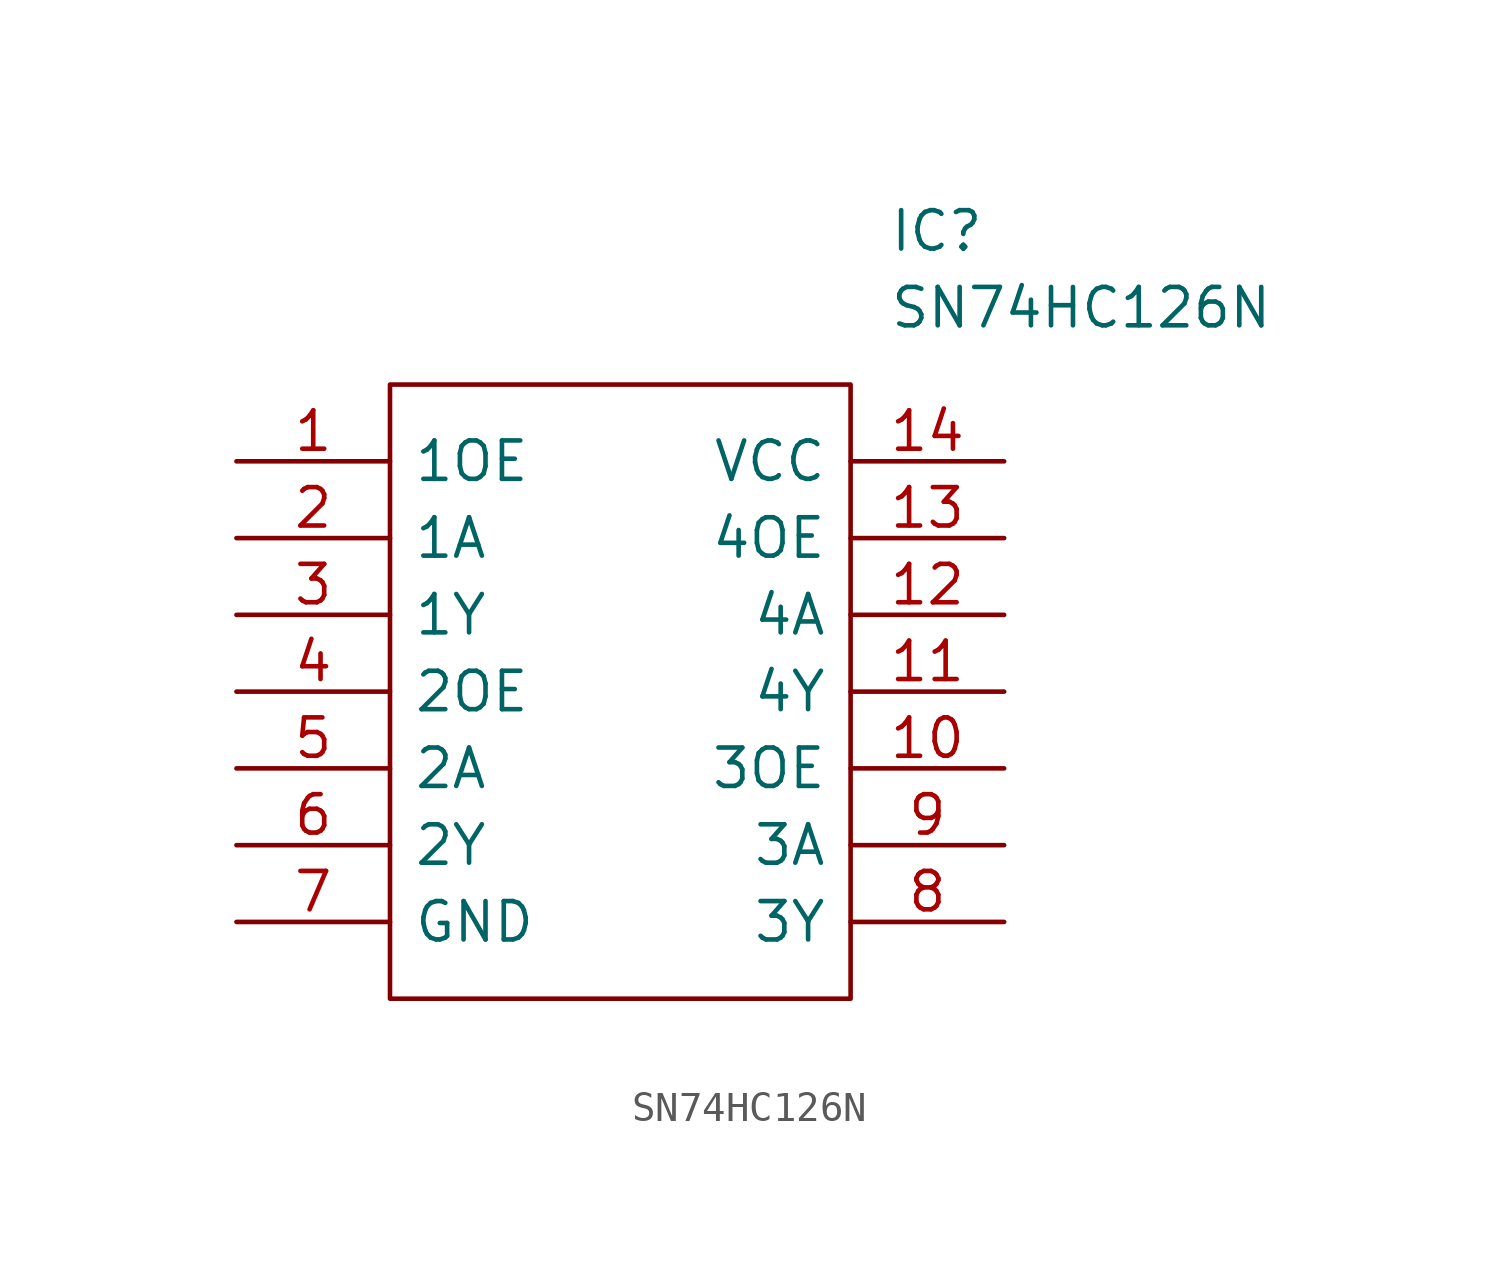
<source format=kicad_sym>
(kicad_symbol_lib
  (version 20211014)
  (generator kicad_symbol_editor)
  (symbol "SN74HC126N"
    (pin_names
      (offset 0.762))
    (property "Reference" "IC"
      (at 21.59 7.62 0)
      (effects (font (size 1.27 1.27)) (justify left)))
    (property "Value" "SN74HC126N"
      (at 21.59 5.08 0)
      (effects (font (size 1.27 1.27)) (justify left)))
    (symbol "SN74HC126N_0_0"
      (pin passive line (at 0 0 0) (length 5.08) (name "1OE" (effects (font (size 1.27 1.27)))) (number "1" (effects (font (size 1.27 1.27)))))
      (pin passive line (at 25.4 -10.16 180) (length 5.08) (name "3OE" (effects (font (size 1.27 1.27)))) (number "10" (effects (font (size 1.27 1.27)))))
      (pin passive line (at 25.4 -7.62 180) (length 5.08) (name "4Y" (effects (font (size 1.27 1.27)))) (number "11" (effects (font (size 1.27 1.27)))))
      (pin passive line (at 25.4 -5.08 180) (length 5.08) (name "4A" (effects (font (size 1.27 1.27)))) (number "12" (effects (font (size 1.27 1.27)))))
      (pin passive line (at 25.4 -2.54 180) (length 5.08) (name "4OE" (effects (font (size 1.27 1.27)))) (number "13" (effects (font (size 1.27 1.27)))))
      (pin passive line (at 25.4 0 180) (length 5.08) (name "VCC" (effects (font (size 1.27 1.27)))) (number "14" (effects (font (size 1.27 1.27)))))
      (pin passive line (at 0 -2.54 0) (length 5.08) (name "1A" (effects (font (size 1.27 1.27)))) (number "2" (effects (font (size 1.27 1.27)))))
      (pin passive line (at 0 -5.08 0) (length 5.08) (name "1Y" (effects (font (size 1.27 1.27)))) (number "3" (effects (font (size 1.27 1.27)))))
      (pin passive line (at 0 -7.62 0) (length 5.08) (name "2OE" (effects (font (size 1.27 1.27)))) (number "4" (effects (font (size 1.27 1.27)))))
      (pin passive line (at 0 -10.16 0) (length 5.08) (name "2A" (effects (font (size 1.27 1.27)))) (number "5" (effects (font (size 1.27 1.27)))))
      (pin passive line (at 0 -12.7 0) (length 5.08) (name "2Y" (effects (font (size 1.27 1.27)))) (number "6" (effects (font (size 1.27 1.27)))))
      (pin passive line (at 0 -15.24 0) (length 5.08) (name "GND" (effects (font (size 1.27 1.27)))) (number "7" (effects (font (size 1.27 1.27)))))
      (pin passive line (at 25.4 -15.24 180) (length 5.08) (name "3Y" (effects (font (size 1.27 1.27)))) (number "8" (effects (font (size 1.27 1.27)))))
      (pin passive line (at 25.4 -12.7 180) (length 5.08) (name "3A" (effects (font (size 1.27 1.27)))) (number "9" (effects (font (size 1.27 1.27))))))
    (symbol "SN74HC126N_0_1"
      (polyline (pts (xy 5.08 2.54) (xy 20.32 2.54) (xy 20.32 -17.78) (xy 5.08 -17.78) (xy 5.08 2.54)) (stroke (width 0.152) (type default) (color 0 0 0 0)) (fill (type none))))))
</source>
